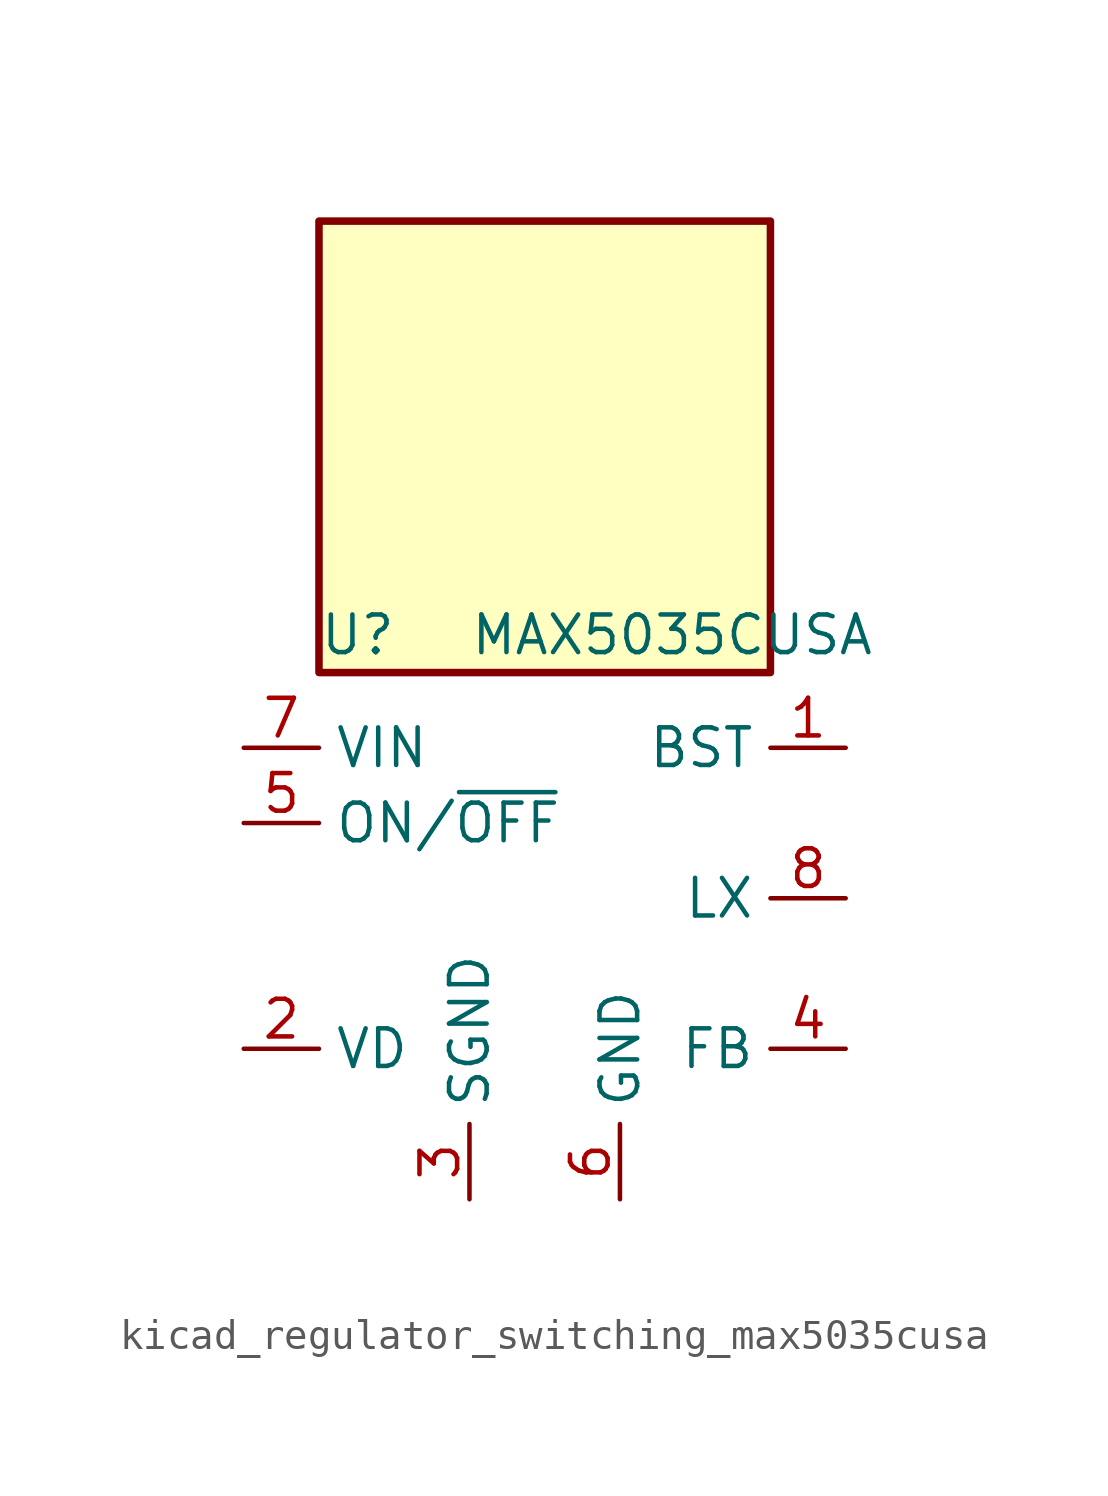
<source format=kicad_sym>
(kicad_symbol_lib
  (version 20220914)
  (generator kicad_symbol_editor)
  (symbol "kicad_regulator_switching_max5035cusa"
    (property "Reference" "U"
      (at -7.62 8.89 0)
      (effects (font (size 1.27 1.27)) (justify left)))
    (property "Value" "MAX5035CUSA"
      (at -2.54 8.89 0)
      (effects (font (size 1.27 1.27)) (justify left)))
    (symbol "kicad_regulator_switching_max5035cusa_0_1"
      (rectangle (start 7.62 22.86) (end -7.62 7.62) (stroke (width 0.254) (type default)) (fill (type background))))
    (symbol "kicad_regulator_switching_max5035cusa_1_1"
      (pin passive line (at 10.16 5.08 180) (length 2.54) (name "BST" (effects (font (size 1.27 1.27)))) (number "1" (effects (font (size 1.27 1.27)))))
      (pin passive line (at -10.16 -5.08 0) (length 2.54) (name "VD" (effects (font (size 1.27 1.27)))) (number "2" (effects (font (size 1.27 1.27)))))
      (pin power_in line (at -2.54 -10.16 90) (length 2.54) (name "SGND" (effects (font (size 1.27 1.27)))) (number "3" (effects (font (size 1.27 1.27)))))
      (pin input line (at 10.16 -5.08 180) (length 2.54) (name "FB" (effects (font (size 1.27 1.27)))) (number "4" (effects (font (size 1.27 1.27)))))
      (pin input line (at -10.16 2.54 0) (length 2.54) (name "ON/~{OFF}" (effects (font (size 1.27 1.27)))) (number "5" (effects (font (size 1.27 1.27)))))
      (pin power_in line (at 2.54 -10.16 90) (length 2.54) (name "GND" (effects (font (size 1.27 1.27)))) (number "6" (effects (font (size 1.27 1.27)))))
      (pin power_in line (at -10.16 5.08 0) (length 2.54) (name "VIN" (effects (font (size 1.27 1.27)))) (number "7" (effects (font (size 1.27 1.27)))))
      (pin output line (at 10.16 0 180) (length 2.54) (name "LX" (effects (font (size 1.27 1.27)))) (number "8" (effects (font (size 1.27 1.27))))))))
</source>
